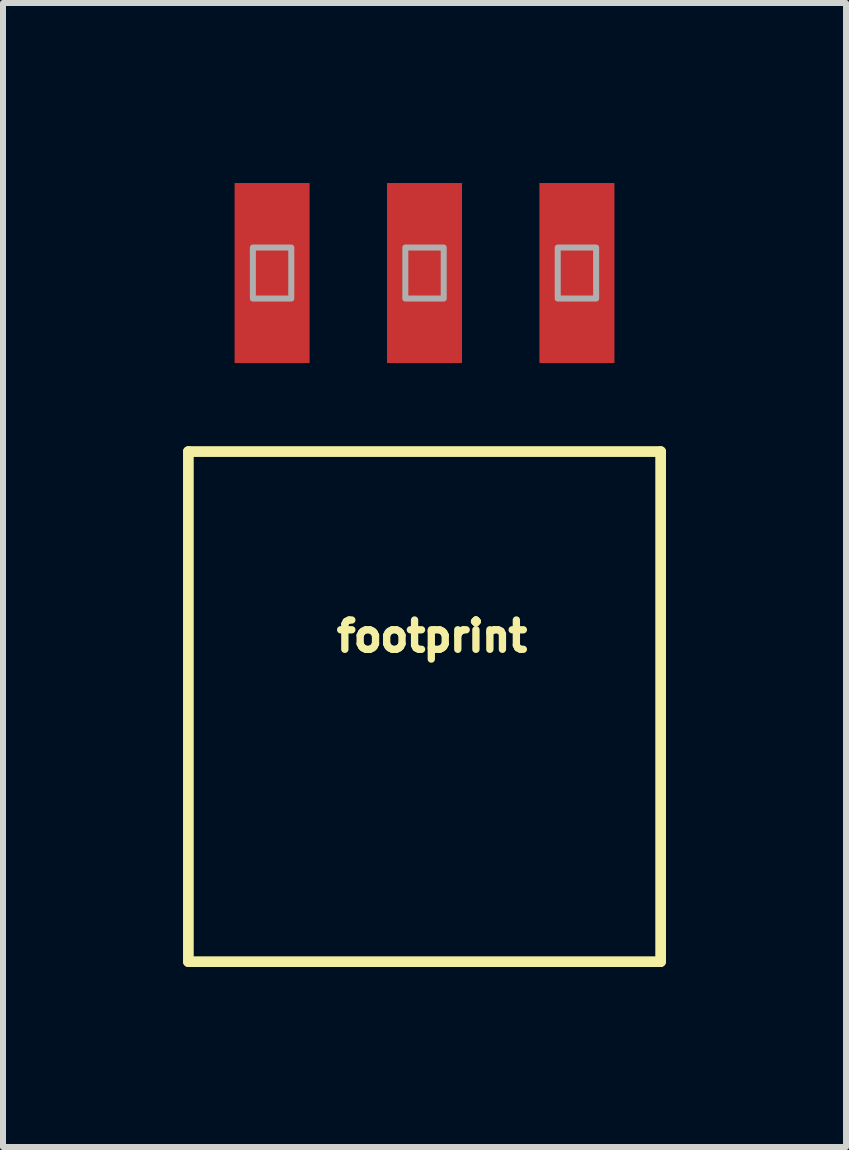
<source format=kicad_pcb>
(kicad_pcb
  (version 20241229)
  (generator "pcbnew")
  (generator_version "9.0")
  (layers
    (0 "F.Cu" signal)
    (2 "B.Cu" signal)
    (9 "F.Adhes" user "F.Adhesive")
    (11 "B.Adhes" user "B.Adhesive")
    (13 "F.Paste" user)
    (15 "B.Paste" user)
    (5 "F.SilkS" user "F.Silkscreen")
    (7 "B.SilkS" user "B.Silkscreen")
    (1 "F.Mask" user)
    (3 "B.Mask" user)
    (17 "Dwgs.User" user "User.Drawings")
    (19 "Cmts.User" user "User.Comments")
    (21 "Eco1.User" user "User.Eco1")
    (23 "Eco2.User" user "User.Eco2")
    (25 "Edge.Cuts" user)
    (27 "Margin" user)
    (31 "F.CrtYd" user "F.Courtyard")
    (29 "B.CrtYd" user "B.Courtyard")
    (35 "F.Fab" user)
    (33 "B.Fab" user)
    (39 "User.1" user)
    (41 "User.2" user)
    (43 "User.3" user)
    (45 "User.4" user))
  (footprint "footprint"
    (layer "F.Cu")
    (at 4.024 8.725)
    (property "Reference" "footprint" (at -1.524 -0.889 0) (layer "F.SilkS") (effects (font (size 0.488 0.488) (thickness 0.122)) (justify left bottom)))
    (fp_line (start -3.935 -4.25) (end -3.935 4.25) (stroke (width 0.178) (type solid)) (layer "F.SilkS"))
    (fp_line (start -3.935 4.25) (end 3.935 4.25) (stroke (width 0.178) (type solid)) (layer "F.SilkS"))
    (fp_line (start 3.935 -4.25) (end -3.935 -4.25) (stroke (width 0.178) (type solid)) (layer "F.SilkS"))
    (fp_line (start 3.935 4.25) (end 3.935 -4.25) (stroke (width 0.178) (type solid)) (layer "F.SilkS"))
    (fp_poly (pts (xy -2.86 -6.8) (xy -2.22 -6.8) (xy -2.22 -7.65) (xy -2.86 -7.65)) (stroke (width 0.1) (type solid)) (fill no) (layer "F.Fab"))
    (fp_poly (pts (xy -0.32 -6.8) (xy 0.32 -6.8) (xy 0.32 -7.65) (xy -0.32 -7.65)) (stroke (width 0.1) (type solid)) (fill no) (layer "F.Fab"))
    (fp_poly (pts (xy 2.22 -6.8) (xy 2.86 -6.8) (xy 2.86 -7.65) (xy 2.22 -7.65)) (stroke (width 0.1) (type solid)) (fill no) (layer "F.Fab"))
    (pad "1" smd rect (at -2.54 -7.225 180) (size 1.25 3) (layers "F.Cu" "F.Mask" "F.Paste"))
    (pad "2" smd rect (at 0 -7.225 180) (size 1.25 3) (layers "F.Cu" "F.Mask" "F.Paste"))
    (pad "3" smd rect (at 2.54 -7.225 180) (size 1.25 3) (layers "F.Cu" "F.Mask" "F.Paste")))
  (gr_rect
    (start -3 -3)
    (end 11.048 16.064)
    (stroke (width 0.1) (type default))
    (fill no)
    (layer "Edge.Cuts")))
</source>
